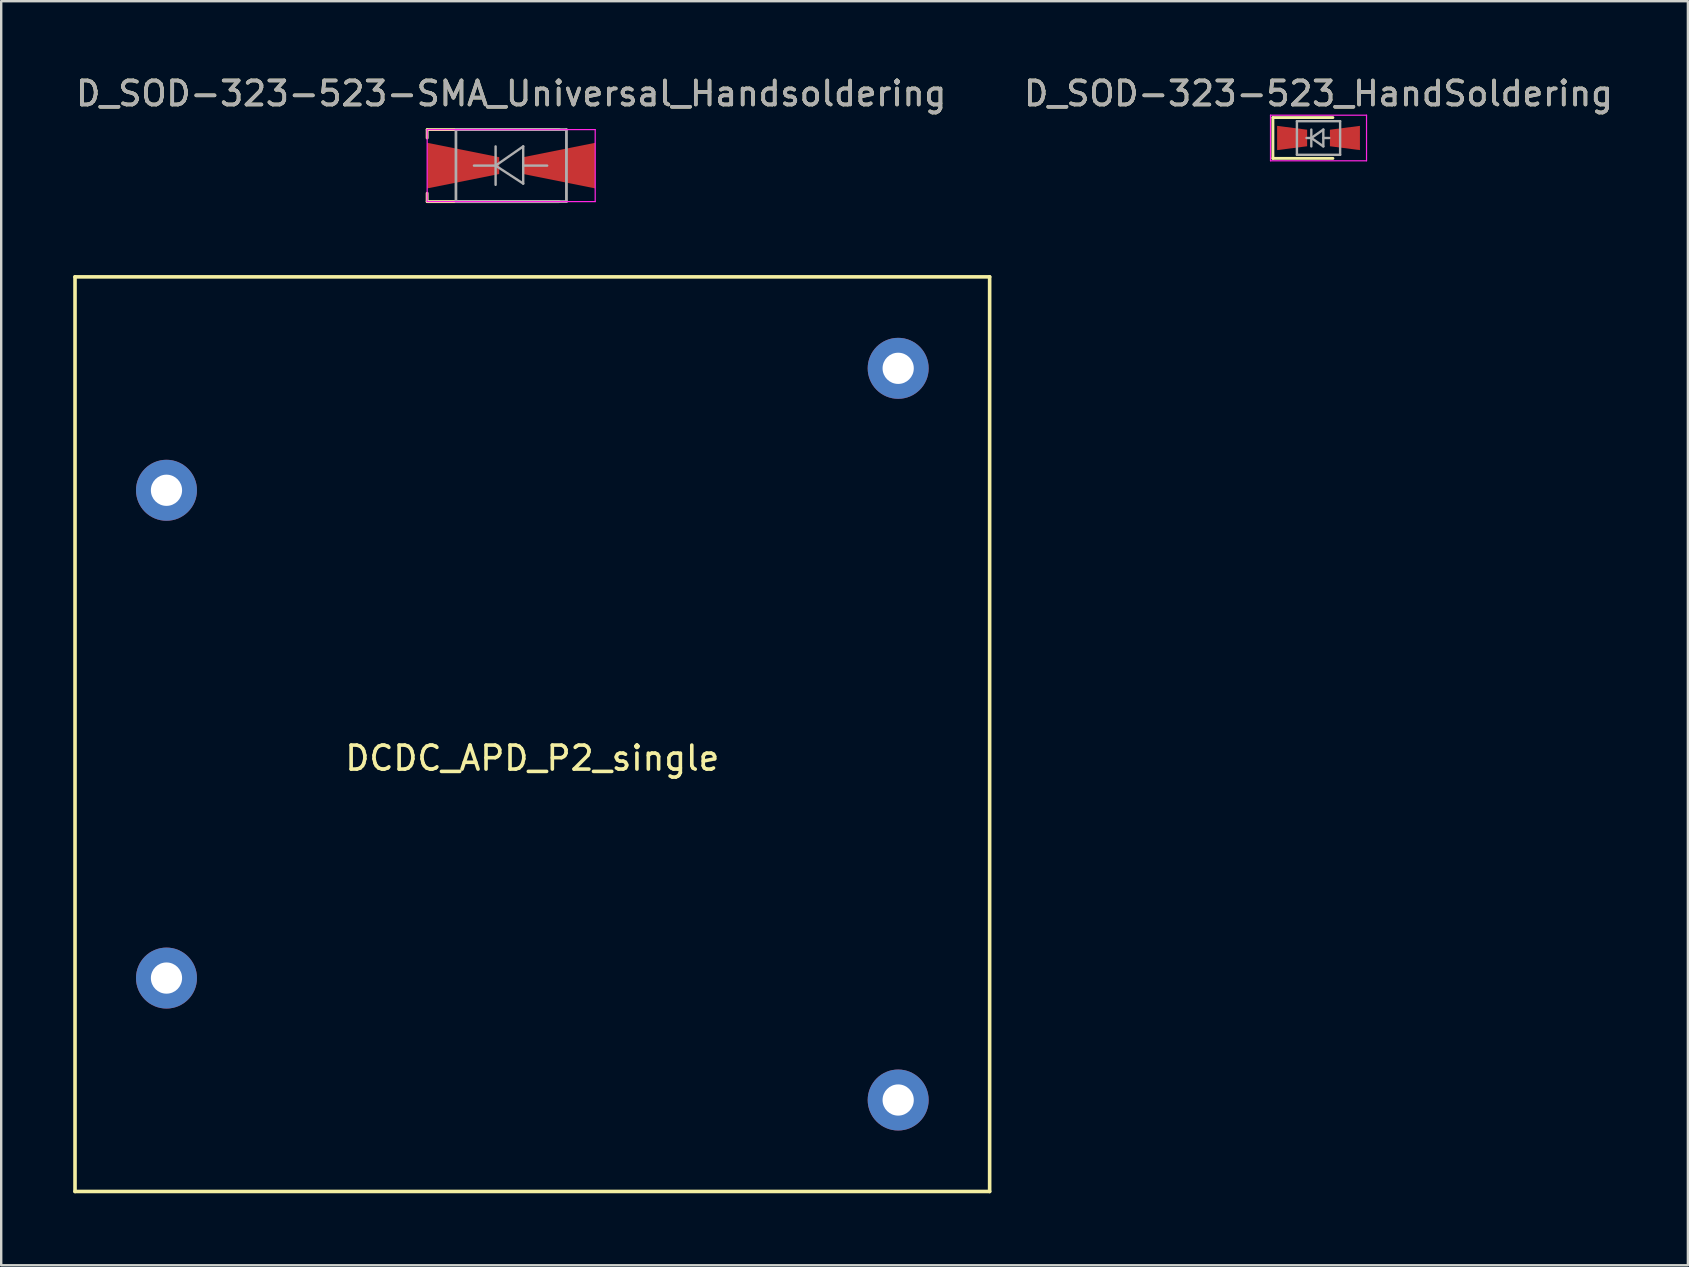
<source format=kicad_pcb>
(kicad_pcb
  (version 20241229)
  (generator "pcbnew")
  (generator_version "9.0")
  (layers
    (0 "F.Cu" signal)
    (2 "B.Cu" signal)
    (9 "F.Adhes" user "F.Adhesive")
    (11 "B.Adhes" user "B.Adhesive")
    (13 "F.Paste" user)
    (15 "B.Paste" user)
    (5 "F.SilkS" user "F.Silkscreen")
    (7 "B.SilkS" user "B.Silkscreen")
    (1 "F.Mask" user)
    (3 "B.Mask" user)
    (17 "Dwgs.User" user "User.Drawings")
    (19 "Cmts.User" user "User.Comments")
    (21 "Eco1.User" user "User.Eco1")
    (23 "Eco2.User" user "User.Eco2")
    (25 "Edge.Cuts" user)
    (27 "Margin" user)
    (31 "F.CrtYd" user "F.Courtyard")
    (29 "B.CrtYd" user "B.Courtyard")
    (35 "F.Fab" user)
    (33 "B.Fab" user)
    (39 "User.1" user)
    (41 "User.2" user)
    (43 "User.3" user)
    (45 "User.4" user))
  (footprint "D_SOD-323-523-SMA_Universal_Handsoldering"
    (layer "F.Cu")
    (at 18.244 3.848)
    (property "Reference" "D_SOD-323-523-SMA_Universal_Handsoldering" (at 0 -3 0) (layer "F.SilkS") (effects (font (size 1 1) (thickness 0.15))))
    (attr smd)
    (fp_line (start -3.5 -1.5) (end 2 -1.5) (stroke (width 0.12) (type solid)) (layer "F.SilkS"))
    (fp_line (start -3.5 -1.15) (end -3.5 -1.5) (stroke (width 0.12) (type solid)) (layer "F.SilkS"))
    (fp_line (start -3.5 1.15) (end -3.5 1.5) (stroke (width 0.12) (type solid)) (layer "F.SilkS"))
    (fp_line (start -3.5 1.5) (end 2 1.5) (stroke (width 0.12) (type solid)) (layer "F.SilkS"))
    (fp_line (start -3.5 -1.5) (end 3.5 -1.5) (stroke (width 0.05) (type solid)) (layer "F.CrtYd"))
    (fp_line (start -3.5 1.5) (end -3.5 -1.5) (stroke (width 0.05) (type solid)) (layer "F.CrtYd"))
    (fp_line (start 3.5 -1.5) (end 3.5 1.5) (stroke (width 0.05) (type solid)) (layer "F.CrtYd"))
    (fp_line (start 3.5 1.5) (end -3.5 1.5) (stroke (width 0.05) (type solid)) (layer "F.CrtYd"))
    (fp_line (start -2.3 1.5) (end -2.3 -1.5) (stroke (width 0.1) (type solid)) (layer "F.Fab"))
    (fp_line (start -2.3 1.5) (end -2.3 -1.5) (stroke (width 0.1) (type solid)) (layer "F.Fab"))
    (fp_line (start -0.649 -0.799) (end -0.649 0.801) (stroke (width 0.1) (type solid)) (layer "F.Fab"))
    (fp_line (start -0.649 0.001) (end -1.551 0.001) (stroke (width 0.1) (type solid)) (layer "F.Fab"))
    (fp_line (start -0.649 0.001) (end 0.501 -0.799) (stroke (width 0.1) (type solid)) (layer "F.Fab"))
    (fp_line (start -0.649 0.001) (end 0.501 0.75) (stroke (width 0.1) (type solid)) (layer "F.Fab"))
    (fp_line (start 0.501 0.001) (end 1.499 0.001) (stroke (width 0.1) (type solid)) (layer "F.Fab"))
    (fp_line (start 0.501 0.75) (end 0.501 -0.799) (stroke (width 0.1) (type solid)) (layer "F.Fab"))
    (fp_line (start 2.3 -1.5) (end -2.3 -1.5) (stroke (width 0.1) (type solid)) (layer "F.Fab"))
    (fp_line (start 2.3 -1.5) (end -2.3 -1.5) (stroke (width 0.1) (type solid)) (layer "F.Fab"))
    (fp_line (start 2.3 -1.5) (end 2.3 1.5) (stroke (width 0.1) (type solid)) (layer "F.Fab"))
    (fp_line (start 2.3 -1.5) (end 2.3 1.5) (stroke (width 0.1) (type solid)) (layer "F.Fab"))
    (fp_line (start 2.3 1.5) (end -2.3 1.5) (stroke (width 0.1) (type solid)) (layer "F.Fab"))
    (fp_line (start 2.3 1.5) (end -2.3 1.5) (stroke (width 0.1) (type solid)) (layer "F.Fab"))
    (fp_text user "${REFERENCE}" (at 0 -3 0) (layer "F.Fab") (effects (font (size 1 1) (thickness 0.15))))
    (pad "1" smd trapezoid (at -2 0) (size 3 1.3) (rect_delta 0.6 0) (layers "F.Cu" "F.Mask" "F.Paste"))
    (pad "2" smd trapezoid (at 2 0 180) (size 3 1.3) (rect_delta 0.6 0) (layers "F.Cu" "F.Mask" "F.Paste")))
  (footprint "DCDC_APD_P2_single"
    (layer "F.Cu")
    (at 19.125 27.533)
    (property "Reference" "DCDC_APD_P2_single" (at 0 1 0) (layer "F.SilkS") (effects (font (size 1 1) (thickness 0.15))))
    (attr through_hole)
    (fp_line (start -19.05 -19.05) (end -19.05 19.05) (stroke (width 0.15) (type solid)) (layer "F.SilkS"))
    (fp_line (start 19.05 -19.05) (end -19.05 -19.05) (stroke (width 0.15) (type solid)) (layer "F.SilkS"))
    (fp_line (start 19.05 19.05) (end -19.05 19.05) (stroke (width 0.15) (type solid)) (layer "F.SilkS"))
    (fp_line (start 19.05 19.05) (end 19.05 -19.05) (stroke (width 0.15) (type solid)) (layer "F.SilkS"))
    (fp_line (start -16.25 0) (end -14.25 0) (stroke (width 0.15) (type solid)) (layer "Eco2.User"))
    (fp_line (start -15.25 1) (end -15.25 -1) (stroke (width 0.15) (type solid)) (layer "Eco2.User"))
    (fp_line (start 0 1) (end 0 -1) (stroke (width 0.15) (type solid)) (layer "Eco2.User"))
    (fp_line (start 1 0) (end -1 0) (stroke (width 0.15) (type solid)) (layer "Eco2.User"))
    (fp_line (start 15.25 1) (end 15.25 -1) (stroke (width 0.15) (type solid)) (layer "Eco2.User"))
    (fp_line (start 16.25 0) (end 14.25 0) (stroke (width 0.15) (type solid)) (layer "Eco2.User"))
    (pad "1" thru_hole circle (at -15.24 10.16) (size 2.54 2.54) (drill 1.3) (layers "*.Cu" "*.Mask"))
    (pad "2" thru_hole circle (at -15.24 -10.16) (size 2.54 2.54) (drill 1.3) (layers "*.Cu" "*.Mask"))
    (pad "3" thru_hole circle (at 15.24 15.24) (size 2.54 2.54) (drill 1.3) (layers "*.Cu" "*.Mask"))
    (pad "4" thru_hole circle (at 15.24 -15.24) (size 2.54 2.54) (drill 1.3) (layers "*.Cu" "*.Mask")))
  (footprint "D_SOD-323-523_HandSoldering"
    (layer "F.Cu")
    (at 51.875 2.698)
    (property "Reference" "D_SOD-323-523_HandSoldering" (at 0 -1.85 0) (layer "F.SilkS") (effects (font (size 1 1) (thickness 0.15))))
    (attr smd)
    (fp_line (start -1.9 -0.85) (end -1.9 0.85) (stroke (width 0.12) (type solid)) (layer "F.SilkS"))
    (fp_line (start -1.9 -0.85) (end 0.6 -0.85) (stroke (width 0.12) (type solid)) (layer "F.SilkS"))
    (fp_line (start -1.9 0.85) (end 0.6 0.85) (stroke (width 0.12) (type solid)) (layer "F.SilkS"))
    (fp_line (start -2 -0.95) (end -2 0.95) (stroke (width 0.05) (type solid)) (layer "F.CrtYd"))
    (fp_line (start -2 -0.95) (end 2 -0.95) (stroke (width 0.05) (type solid)) (layer "F.CrtYd"))
    (fp_line (start -2 0.95) (end 2 0.95) (stroke (width 0.05) (type solid)) (layer "F.CrtYd"))
    (fp_line (start 2 -0.95) (end 2 0.95) (stroke (width 0.05) (type solid)) (layer "F.CrtYd"))
    (fp_line (start -0.9 -0.7) (end 0.9 -0.7) (stroke (width 0.1) (type solid)) (layer "F.Fab"))
    (fp_line (start -0.9 0.7) (end -0.9 -0.7) (stroke (width 0.1) (type solid)) (layer "F.Fab"))
    (fp_line (start -0.3 -0.35) (end -0.3 0.35) (stroke (width 0.1) (type solid)) (layer "F.Fab"))
    (fp_line (start -0.3 0) (end -0.5 0) (stroke (width 0.1) (type solid)) (layer "F.Fab"))
    (fp_line (start -0.3 0) (end 0.2 -0.35) (stroke (width 0.1) (type solid)) (layer "F.Fab"))
    (fp_line (start 0.2 -0.35) (end 0.2 0.35) (stroke (width 0.1) (type solid)) (layer "F.Fab"))
    (fp_line (start 0.2 0) (end 0.45 0) (stroke (width 0.1) (type solid)) (layer "F.Fab"))
    (fp_line (start 0.2 0.35) (end -0.3 0) (stroke (width 0.1) (type solid)) (layer "F.Fab"))
    (fp_line (start 0.9 -0.7) (end 0.9 0.7) (stroke (width 0.1) (type solid)) (layer "F.Fab"))
    (fp_line (start 0.9 0.7) (end -0.9 0.7) (stroke (width 0.1) (type solid)) (layer "F.Fab"))
    (fp_text user "${REFERENCE}" (at 0 -1.85 0) (layer "F.Fab") (effects (font (size 1 1) (thickness 0.15))))
    (pad "1" smd trapezoid (at -1.1 0 270) (size 0.85 1.25) (rect_delta 0 0.16) (layers "F.Cu" "F.Mask" "F.Paste"))
    (pad "2" smd trapezoid (at 1.1 0 270) (size 0.85 1.25) (rect_delta 0 -0.16) (layers "F.Cu" "F.Mask" "F.Paste")))
  (gr_rect
    (start -3 -3)
    (end 67.262 49.658)
    (stroke (width 0.1) (type default))
    (fill no)
    (layer "Edge.Cuts")))
</source>
